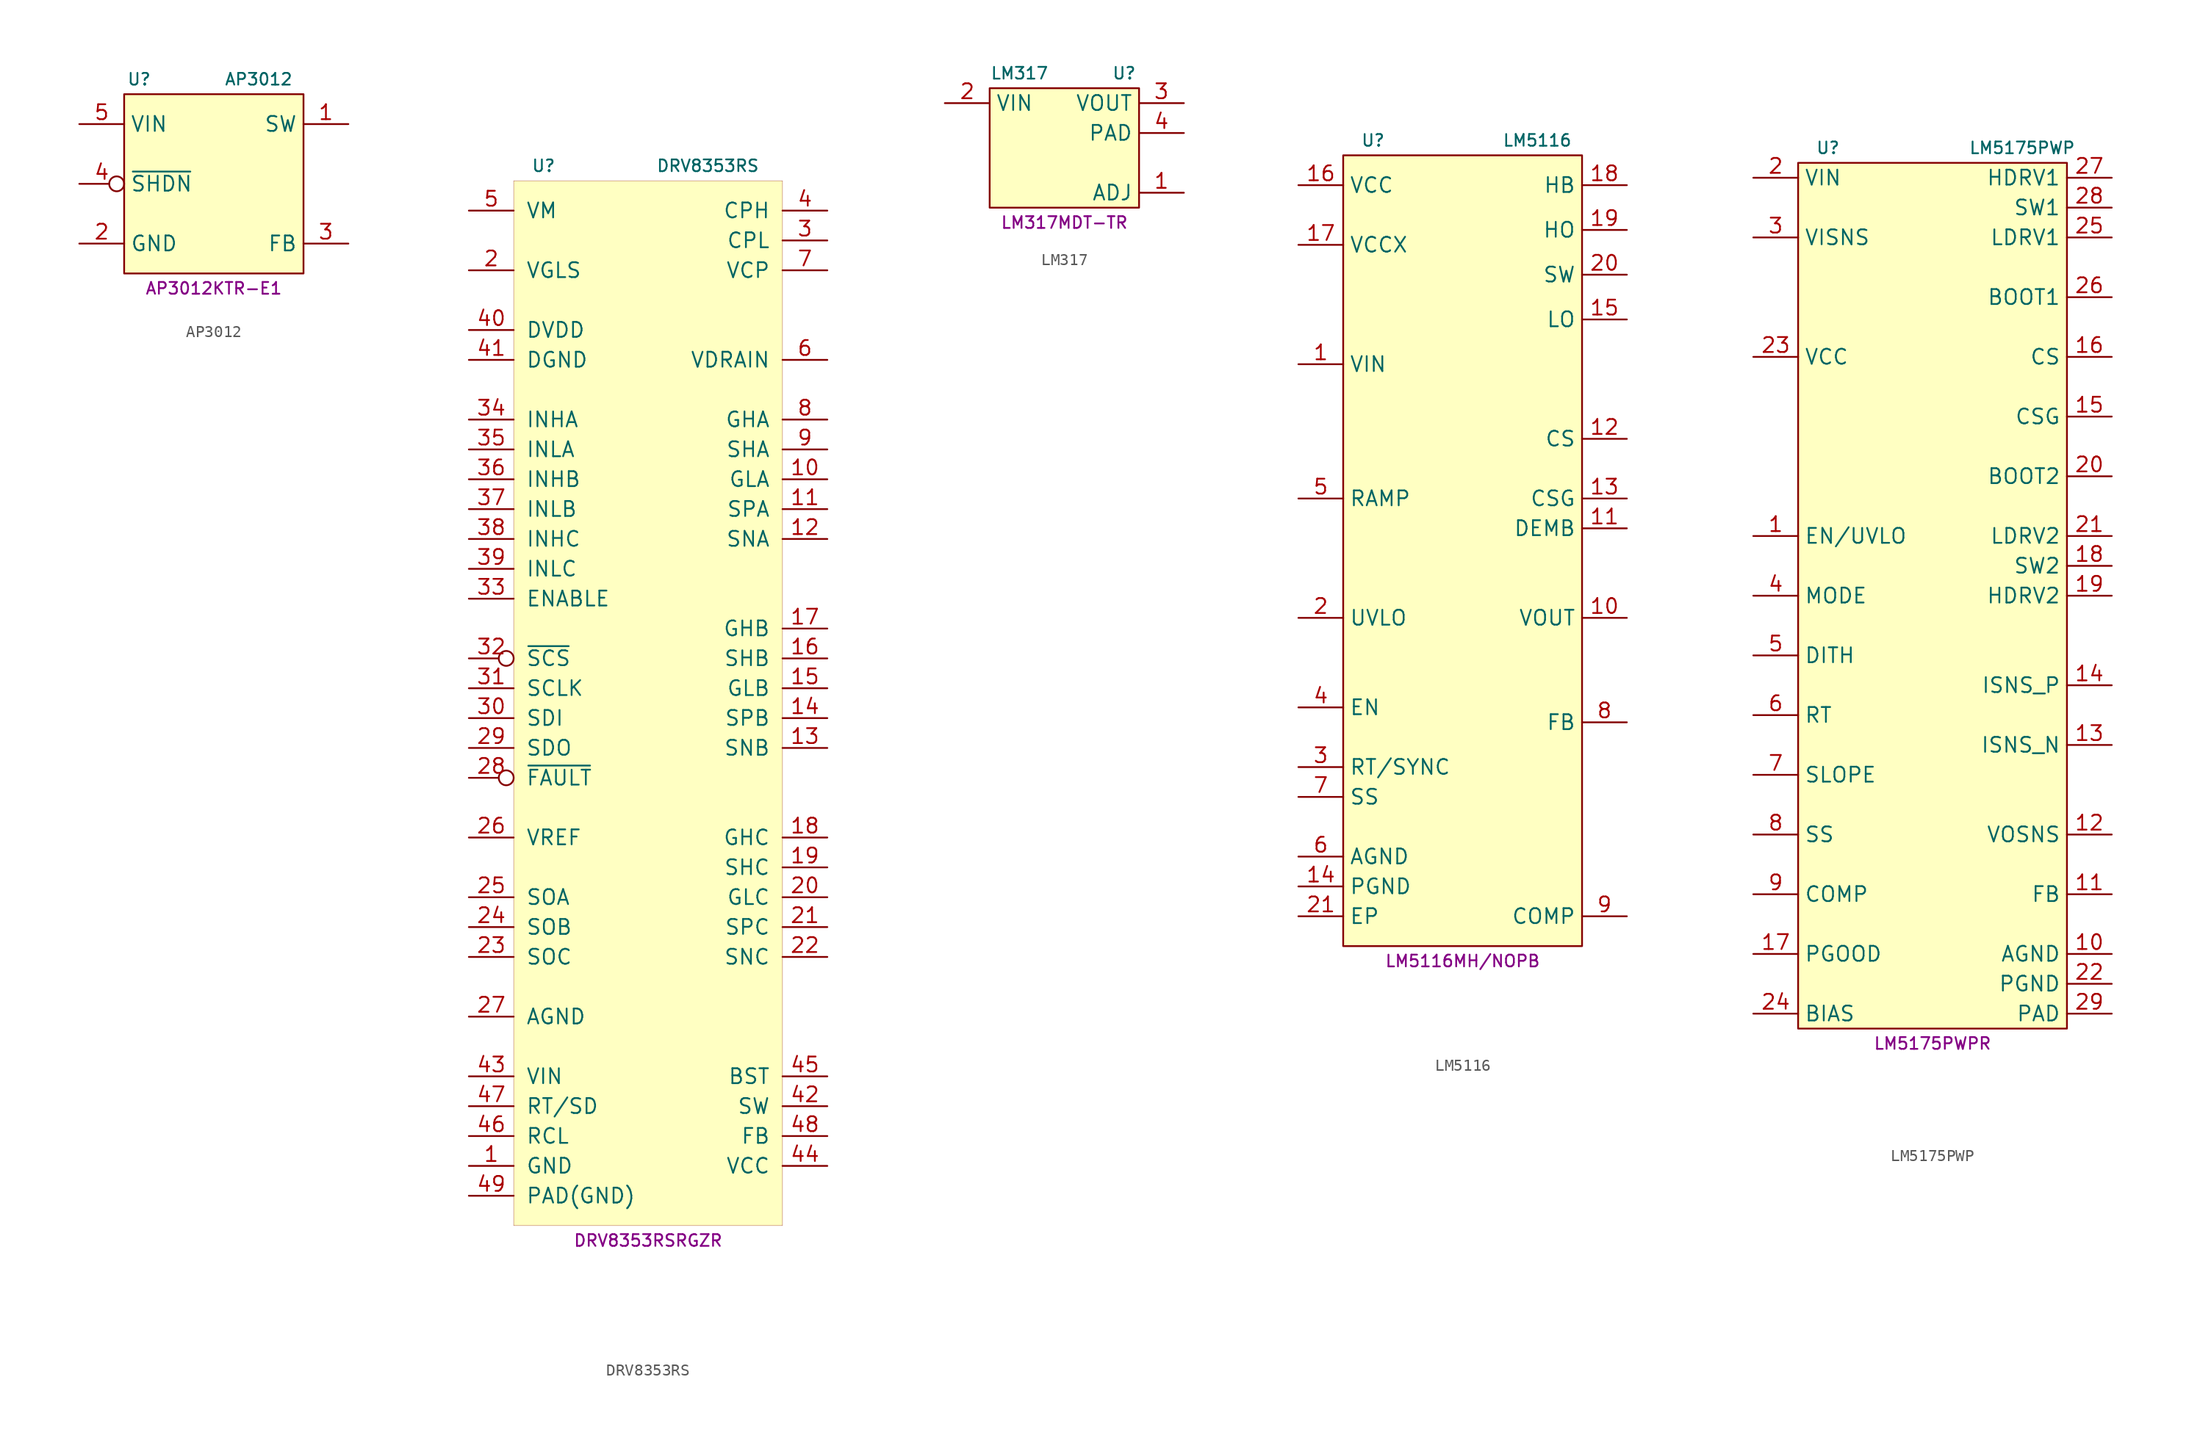
<source format=kicad_sym>
(kicad_symbol_lib
  (version 20231120)
  (generator "kicad_symbol_editor")
  (generator_version "8.0")
  (symbol "AP3012"
    (property "Reference" "U"
      (at -6.35 8.89 0)
      (effects (font (size 1 1))))
    (property "Value" "AP3012"
      (at 3.81 8.89 0)
      (effects (font (size 1 1))))
    (property "MPN" "AP3012KTR-E1"
      (at 0 -8.89 0)
      (effects (font (size 1 1))))
    (symbol "AP3012_0_1"
      (rectangle (start -7.62 7.62) (end 7.62 -7.62) (stroke (width 0.152) (type default)) (fill (type background))))
    (symbol "AP3012_1_1"
      (pin power_out line (at 11.43 5.08 180) (length 3.81) (name "SW" (effects (font (size 1.27 1.27)))) (number "1" (effects (font (size 1.27 1.27)))))
      (pin power_in line (at -11.43 -5.08 0) (length 3.81) (name "GND" (effects (font (size 1.27 1.27)))) (number "2" (effects (font (size 1.27 1.27)))))
      (pin input line (at 11.43 -5.08 180) (length 3.81) (name "FB" (effects (font (size 1.27 1.27)))) (number "3" (effects (font (size 1.27 1.27)))))
      (pin input inverted (at -11.43 0 0) (length 3.81) (name "~{SHDN}" (effects (font (size 1.27 1.27)))) (number "4" (effects (font (size 1.27 1.27)))))
      (pin power_in line (at -11.43 5.08 0) (length 3.81) (name "VIN" (effects (font (size 1.27 1.27)))) (number "5" (effects (font (size 1.27 1.27)))))))
  (symbol "DRV8353RS"
    (pin_names
      (offset 1.016))
    (property "Reference" "U"
      (at -8.89 46.99 0)
      (effects (font (size 1 1))))
    (property "Value" "DRV8353RS"
      (at 5.08 46.99 0)
      (effects (font (size 1 1))))
    (property "MPN" "DRV8353RSRGZR"
      (at 0 -44.45 0)
      (effects (font (size 1 1))))
    (symbol "DRV8353RS_0_1"
      (rectangle (start -11.43 45.72) (end 11.43 -43.18) (stroke (width 0.001) (type default)) (fill (type background))))
    (symbol "DRV8353RS_1_1"
      (pin power_in line (at -15.24 -38.1 0) (length 3.81) (name "GND" (effects (font (size 1.27 1.27)))) (number "1" (effects (font (size 1.27 1.27)))))
      (pin output line (at 15.24 20.32 180) (length 3.81) (name "GLA" (effects (font (size 1.27 1.27)))) (number "10" (effects (font (size 1.27 1.27)))))
      (pin input line (at 15.24 17.78 180) (length 3.81) (name "SPA" (effects (font (size 1.27 1.27)))) (number "11" (effects (font (size 1.27 1.27)))))
      (pin input line (at 15.24 15.24 180) (length 3.81) (name "SNA" (effects (font (size 1.27 1.27)))) (number "12" (effects (font (size 1.27 1.27)))))
      (pin input line (at 15.24 -2.54 180) (length 3.81) (name "SNB" (effects (font (size 1.27 1.27)))) (number "13" (effects (font (size 1.27 1.27)))))
      (pin input line (at 15.24 0 180) (length 3.81) (name "SPB" (effects (font (size 1.27 1.27)))) (number "14" (effects (font (size 1.27 1.27)))))
      (pin output line (at 15.24 2.54 180) (length 3.81) (name "GLB" (effects (font (size 1.27 1.27)))) (number "15" (effects (font (size 1.27 1.27)))))
      (pin input line (at 15.24 5.08 180) (length 3.81) (name "SHB" (effects (font (size 1.27 1.27)))) (number "16" (effects (font (size 1.27 1.27)))))
      (pin output line (at 15.24 7.62 180) (length 3.81) (name "GHB" (effects (font (size 1.27 1.27)))) (number "17" (effects (font (size 1.27 1.27)))))
      (pin output line (at 15.24 -10.16 180) (length 3.81) (name "GHC" (effects (font (size 1.27 1.27)))) (number "18" (effects (font (size 1.27 1.27)))))
      (pin input line (at 15.24 -12.7 180) (length 3.81) (name "SHC" (effects (font (size 1.27 1.27)))) (number "19" (effects (font (size 1.27 1.27)))))
      (pin power_out line (at -15.24 38.1 0) (length 3.81) (name "VGLS" (effects (font (size 1.27 1.27)))) (number "2" (effects (font (size 1.27 1.27)))))
      (pin output line (at 15.24 -15.24 180) (length 3.81) (name "GLC" (effects (font (size 1.27 1.27)))) (number "20" (effects (font (size 1.27 1.27)))))
      (pin input line (at 15.24 -17.78 180) (length 3.81) (name "SPC" (effects (font (size 1.27 1.27)))) (number "21" (effects (font (size 1.27 1.27)))))
      (pin input line (at 15.24 -20.32 180) (length 3.81) (name "SNC" (effects (font (size 1.27 1.27)))) (number "22" (effects (font (size 1.27 1.27)))))
      (pin output line (at -15.24 -20.32 0) (length 3.81) (name "SOC" (effects (font (size 1.27 1.27)))) (number "23" (effects (font (size 1.27 1.27)))))
      (pin output line (at -15.24 -17.78 0) (length 3.81) (name "SOB" (effects (font (size 1.27 1.27)))) (number "24" (effects (font (size 1.27 1.27)))))
      (pin output line (at -15.24 -15.24 0) (length 3.81) (name "SOA" (effects (font (size 1.27 1.27)))) (number "25" (effects (font (size 1.27 1.27)))))
      (pin power_in line (at -15.24 -10.16 0) (length 3.81) (name "VREF" (effects (font (size 1.27 1.27)))) (number "26" (effects (font (size 1.27 1.27)))))
      (pin power_in line (at -15.24 -25.4 0) (length 3.81) (name "AGND" (effects (font (size 1.27 1.27)))) (number "27" (effects (font (size 1.27 1.27)))))
      (pin open_collector inverted (at -15.24 -5.08 0) (length 3.81) (name "~{FAULT}" (effects (font (size 1.27 1.27)))) (number "28" (effects (font (size 1.27 1.27)))))
      (pin open_collector line (at -15.24 -2.54 0) (length 3.81) (name "SDO" (effects (font (size 1.27 1.27)))) (number "29" (effects (font (size 1.27 1.27)))))
      (pin power_out line (at 15.24 40.64 180) (length 3.81) (name "CPL" (effects (font (size 1.27 1.27)))) (number "3" (effects (font (size 1.27 1.27)))))
      (pin input line (at -15.24 0 0) (length 3.81) (name "SDI" (effects (font (size 1.27 1.27)))) (number "30" (effects (font (size 1.27 1.27)))))
      (pin input line (at -15.24 2.54 0) (length 3.81) (name "SCLK" (effects (font (size 1.27 1.27)))) (number "31" (effects (font (size 1.27 1.27)))))
      (pin input inverted (at -15.24 5.08 0) (length 3.81) (name "~{SCS}" (effects (font (size 1.27 1.27)))) (number "32" (effects (font (size 1.27 1.27)))))
      (pin input line (at -15.24 10.16 0) (length 3.81) (name "ENABLE" (effects (font (size 1.27 1.27)))) (number "33" (effects (font (size 1.27 1.27)))))
      (pin input line (at -15.24 25.4 0) (length 3.81) (name "INHA" (effects (font (size 1.27 1.27)))) (number "34" (effects (font (size 1.27 1.27)))))
      (pin input line (at -15.24 22.86 0) (length 3.81) (name "INLA" (effects (font (size 1.27 1.27)))) (number "35" (effects (font (size 1.27 1.27)))))
      (pin input line (at -15.24 20.32 0) (length 3.81) (name "INHB" (effects (font (size 1.27 1.27)))) (number "36" (effects (font (size 1.27 1.27)))))
      (pin input line (at -15.24 17.78 0) (length 3.81) (name "INLB" (effects (font (size 1.27 1.27)))) (number "37" (effects (font (size 1.27 1.27)))))
      (pin input line (at -15.24 15.24 0) (length 3.81) (name "INHC" (effects (font (size 1.27 1.27)))) (number "38" (effects (font (size 1.27 1.27)))))
      (pin input line (at -15.24 12.7 0) (length 3.81) (name "INLC" (effects (font (size 1.27 1.27)))) (number "39" (effects (font (size 1.27 1.27)))))
      (pin power_out line (at 15.24 43.18 180) (length 3.81) (name "CPH" (effects (font (size 1.27 1.27)))) (number "4" (effects (font (size 1.27 1.27)))))
      (pin power_out line (at -15.24 33.02 0) (length 3.81) (name "DVDD" (effects (font (size 1.27 1.27)))) (number "40" (effects (font (size 1.27 1.27)))))
      (pin power_in line (at -15.24 30.48 0) (length 3.81) (name "DGND" (effects (font (size 1.27 1.27)))) (number "41" (effects (font (size 1.27 1.27)))))
      (pin power_out line (at 15.24 -33.02 180) (length 3.81) (name "SW" (effects (font (size 1.27 1.27)))) (number "42" (effects (font (size 1.27 1.27)))))
      (pin power_in line (at -15.24 -30.48 0) (length 3.81) (name "VIN" (effects (font (size 1.27 1.27)))) (number "43" (effects (font (size 1.27 1.27)))))
      (pin power_out line (at 15.24 -38.1 180) (length 3.81) (name "VCC" (effects (font (size 1.27 1.27)))) (number "44" (effects (font (size 1.27 1.27)))))
      (pin passive line (at 15.24 -30.48 180) (length 3.81) (name "BST" (effects (font (size 1.27 1.27)))) (number "45" (effects (font (size 1.27 1.27)))))
      (pin passive line (at -15.24 -35.56 0) (length 3.81) (name "RCL" (effects (font (size 1.27 1.27)))) (number "46" (effects (font (size 1.27 1.27)))))
      (pin input line (at -15.24 -33.02 0) (length 3.81) (name "RT/SD" (effects (font (size 1.27 1.27)))) (number "47" (effects (font (size 1.27 1.27)))))
      (pin input line (at 15.24 -35.56 180) (length 3.81) (name "FB" (effects (font (size 1.27 1.27)))) (number "48" (effects (font (size 1.27 1.27)))))
      (pin power_in line (at -15.24 -40.64 0) (length 3.81) (name "PAD(GND)" (effects (font (size 1.27 1.27)))) (number "49" (effects (font (size 1.27 1.27)))))
      (pin power_in line (at -15.24 43.18 0) (length 3.81) (name "VM" (effects (font (size 1.27 1.27)))) (number "5" (effects (font (size 1.27 1.27)))))
      (pin input line (at 15.24 30.48 180) (length 3.81) (name "VDRAIN" (effects (font (size 1.27 1.27)))) (number "6" (effects (font (size 1.27 1.27)))))
      (pin power_out line (at 15.24 38.1 180) (length 3.81) (name "VCP" (effects (font (size 1.27 1.27)))) (number "7" (effects (font (size 1.27 1.27)))))
      (pin output line (at 15.24 25.4 180) (length 3.81) (name "GHA" (effects (font (size 1.27 1.27)))) (number "8" (effects (font (size 1.27 1.27)))))
      (pin input line (at 15.24 22.86 180) (length 3.81) (name "SHA" (effects (font (size 1.27 1.27)))) (number "9" (effects (font (size 1.27 1.27)))))))
  (symbol "LM317"
    (property "Reference" "U"
      (at 5.08 6.35 0)
      (effects (font (size 1 1))))
    (property "Value" "LM317"
      (at -3.81 6.35 0)
      (effects (font (size 1 1))))
    (property "MPN" "LM317MDT-TR"
      (at 0 -6.35 0)
      (effects (font (size 1 1))))
    (symbol "LM317_1_1"
      (rectangle (start -6.35 5.08) (end 6.35 -5.08) (stroke (width 0) (type default)) (fill (type background)))
      (pin input line (at 10.16 -3.81 180) (length 3.81) (name "ADJ" (effects (font (size 1.27 1.27)))) (number "1" (effects (font (size 1.27 1.27)))))
      (pin power_in line (at -10.16 3.81 0) (length 3.81) (name "VIN" (effects (font (size 1.27 1.27)))) (number "2" (effects (font (size 1.27 1.27)))))
      (pin power_out line (at 10.16 3.81 180) (length 3.81) (name "VOUT" (effects (font (size 1.27 1.27)))) (number "3" (effects (font (size 1.27 1.27)))))
      (pin power_out line (at 10.16 1.27 180) (length 3.81) (name "PAD" (effects (font (size 1.27 1.27)))) (number "4" (effects (font (size 1.27 1.27)))))))
  (symbol "LM5116"
    (property "Reference" "U"
      (at -7.62 35.56 0)
      (effects (font (size 1 1))))
    (property "Value" "LM5116"
      (at 6.35 35.56 0)
      (effects (font (size 1 1))))
    (property "MPN" "LM5116MH/NOPB"
      (at 0 -34.29 0)
      (effects (font (size 1 1))))
    (symbol "LM5116_0_1"
      (rectangle (start -10.16 34.29) (end 10.16 -33.02) (stroke (width 0.152) (type default)) (fill (type background))))
    (symbol "LM5116_1_1"
      (pin power_in line (at -13.97 16.51 0) (length 3.81) (name "VIN" (effects (font (size 1.27 1.27)))) (number "1" (effects (font (size 1.27 1.27)))))
      (pin input line (at 13.97 -5.08 180) (length 3.81) (name "VOUT" (effects (font (size 1.27 1.27)))) (number "10" (effects (font (size 1.27 1.27)))))
      (pin input line (at 13.97 2.54 180) (length 3.81) (name "DEMB" (effects (font (size 1.27 1.27)))) (number "11" (effects (font (size 1.27 1.27)))))
      (pin input line (at 13.97 10.16 180) (length 3.81) (name "CS" (effects (font (size 1.27 1.27)))) (number "12" (effects (font (size 1.27 1.27)))))
      (pin input line (at 13.97 5.08 180) (length 3.81) (name "CSG" (effects (font (size 1.27 1.27)))) (number "13" (effects (font (size 1.27 1.27)))))
      (pin power_in line (at -13.97 -27.94 0) (length 3.81) (name "PGND" (effects (font (size 1.27 1.27)))) (number "14" (effects (font (size 1.27 1.27)))))
      (pin output line (at 13.97 20.32 180) (length 3.81) (name "LO" (effects (font (size 1.27 1.27)))) (number "15" (effects (font (size 1.27 1.27)))))
      (pin power_in line (at -13.97 31.75 0) (length 3.81) (name "VCC" (effects (font (size 1.27 1.27)))) (number "16" (effects (font (size 1.27 1.27)))))
      (pin power_in line (at -13.97 26.67 0) (length 3.81) (name "VCCX" (effects (font (size 1.27 1.27)))) (number "17" (effects (font (size 1.27 1.27)))))
      (pin power_out line (at 13.97 31.75 180) (length 3.81) (name "HB" (effects (font (size 1.27 1.27)))) (number "18" (effects (font (size 1.27 1.27)))))
      (pin output line (at 13.97 27.94 180) (length 3.81) (name "HO" (effects (font (size 1.27 1.27)))) (number "19" (effects (font (size 1.27 1.27)))))
      (pin input line (at -13.97 -5.08 0) (length 3.81) (name "UVLO" (effects (font (size 1.27 1.27)))) (number "2" (effects (font (size 1.27 1.27)))))
      (pin output line (at 13.97 24.13 180) (length 3.81) (name "SW" (effects (font (size 1.27 1.27)))) (number "20" (effects (font (size 1.27 1.27)))))
      (pin power_in line (at -13.97 -30.48 0) (length 3.81) (name "EP" (effects (font (size 1.27 1.27)))) (number "21" (effects (font (size 1.27 1.27)))))
      (pin input line (at -13.97 -17.78 0) (length 3.81) (name "RT/SYNC" (effects (font (size 1.27 1.27)))) (number "3" (effects (font (size 1.27 1.27)))))
      (pin input line (at -13.97 -12.7 0) (length 3.81) (name "EN" (effects (font (size 1.27 1.27)))) (number "4" (effects (font (size 1.27 1.27)))))
      (pin passive line (at -13.97 5.08 0) (length 3.81) (name "RAMP" (effects (font (size 1.27 1.27)))) (number "5" (effects (font (size 1.27 1.27)))))
      (pin power_in line (at -13.97 -25.4 0) (length 3.81) (name "AGND" (effects (font (size 1.27 1.27)))) (number "6" (effects (font (size 1.27 1.27)))))
      (pin passive line (at -13.97 -20.32 0) (length 3.81) (name "SS" (effects (font (size 1.27 1.27)))) (number "7" (effects (font (size 1.27 1.27)))))
      (pin passive line (at 13.97 -13.97 180) (length 3.81) (name "FB" (effects (font (size 1.27 1.27)))) (number "8" (effects (font (size 1.27 1.27)))))
      (pin passive line (at 13.97 -30.48 180) (length 3.81) (name "COMP" (effects (font (size 1.27 1.27)))) (number "9" (effects (font (size 1.27 1.27)))))))
  (symbol "LM5175PWP"
    (property "Reference" "U"
      (at -8.89 30.48 0)
      (effects (font (size 1 1))))
    (property "Value" "LM5175PWP"
      (at 7.62 30.48 0)
      (effects (font (size 1 1))))
    (property "MPN" "LM5175PWPR"
      (at 0 -45.72 0)
      (effects (font (size 1 1))))
    (symbol "LM5175PWP_0_1"
      (rectangle (start -11.43 29.21) (end 11.43 -44.45) (stroke (width 0) (type default)) (fill (type background))))
    (symbol "LM5175PWP_1_1"
      (pin input line (at -15.24 -2.54 0) (length 3.81) (name "EN/UVLO" (effects (font (size 1.27 1.27)))) (number "1" (effects (font (size 1.27 1.27)))))
      (pin power_in line (at 15.24 -38.1 180) (length 3.81) (name "AGND" (effects (font (size 1.27 1.27)))) (number "10" (effects (font (size 1.27 1.27)))))
      (pin passive line (at 15.24 -33.02 180) (length 3.81) (name "FB" (effects (font (size 1.27 1.27)))) (number "11" (effects (font (size 1.27 1.27)))))
      (pin passive line (at 15.24 -27.94 180) (length 3.81) (name "VOSNS" (effects (font (size 1.27 1.27)))) (number "12" (effects (font (size 1.27 1.27)))))
      (pin passive line (at 15.24 -20.32 180) (length 3.81) (name "ISNS_N" (effects (font (size 1.27 1.27)))) (number "13" (effects (font (size 1.27 1.27)))))
      (pin passive line (at 15.24 -15.24 180) (length 3.81) (name "ISNS_P" (effects (font (size 1.27 1.27)))) (number "14" (effects (font (size 1.27 1.27)))))
      (pin passive line (at 15.24 7.62 180) (length 3.81) (name "CSG" (effects (font (size 1.27 1.27)))) (number "15" (effects (font (size 1.27 1.27)))))
      (pin passive line (at 15.24 12.7 180) (length 3.81) (name "CS" (effects (font (size 1.27 1.27)))) (number "16" (effects (font (size 1.27 1.27)))))
      (pin open_collector line (at -15.24 -38.1 0) (length 3.81) (name "PGOOD" (effects (font (size 1.27 1.27)))) (number "17" (effects (font (size 1.27 1.27)))))
      (pin passive line (at 15.24 -5.08 180) (length 3.81) (name "SW2" (effects (font (size 1.27 1.27)))) (number "18" (effects (font (size 1.27 1.27)))))
      (pin power_out line (at 15.24 -7.62 180) (length 3.81) (name "HDRV2" (effects (font (size 1.27 1.27)))) (number "19" (effects (font (size 1.27 1.27)))))
      (pin power_in line (at -15.24 27.94 0) (length 3.81) (name "VIN" (effects (font (size 1.27 1.27)))) (number "2" (effects (font (size 1.27 1.27)))))
      (pin passive line (at 15.24 2.54 180) (length 3.81) (name "BOOT2" (effects (font (size 1.27 1.27)))) (number "20" (effects (font (size 1.27 1.27)))))
      (pin power_out line (at 15.24 -2.54 180) (length 3.81) (name "LDRV2" (effects (font (size 1.27 1.27)))) (number "21" (effects (font (size 1.27 1.27)))))
      (pin power_out line (at 15.24 -40.64 180) (length 3.81) (name "PGND" (effects (font (size 1.27 1.27)))) (number "22" (effects (font (size 1.27 1.27)))))
      (pin power_in line (at -15.24 12.7 0) (length 3.81) (name "VCC" (effects (font (size 1.27 1.27)))) (number "23" (effects (font (size 1.27 1.27)))))
      (pin passive line (at -15.24 -43.18 0) (length 3.81) (name "BIAS" (effects (font (size 1.27 1.27)))) (number "24" (effects (font (size 1.27 1.27)))))
      (pin power_out line (at 15.24 22.86 180) (length 3.81) (name "LDRV1" (effects (font (size 1.27 1.27)))) (number "25" (effects (font (size 1.27 1.27)))))
      (pin passive line (at 15.24 17.78 180) (length 3.81) (name "BOOT1" (effects (font (size 1.27 1.27)))) (number "26" (effects (font (size 1.27 1.27)))))
      (pin power_out line (at 15.24 27.94 180) (length 3.81) (name "HDRV1" (effects (font (size 1.27 1.27)))) (number "27" (effects (font (size 1.27 1.27)))))
      (pin passive line (at 15.24 25.4 180) (length 3.81) (name "SW1" (effects (font (size 1.27 1.27)))) (number "28" (effects (font (size 1.27 1.27)))))
      (pin passive line (at 15.24 -43.18 180) (length 3.81) (name "PAD" (effects (font (size 1.27 1.27)))) (number "29" (effects (font (size 1.27 1.27)))))
      (pin passive line (at -15.24 22.86 0) (length 3.81) (name "VISNS" (effects (font (size 1.27 1.27)))) (number "3" (effects (font (size 1.27 1.27)))))
      (pin input line (at -15.24 -7.62 0) (length 3.81) (name "MODE" (effects (font (size 1.27 1.27)))) (number "4" (effects (font (size 1.27 1.27)))))
      (pin passive line (at -15.24 -12.7 0) (length 3.81) (name "DITH" (effects (font (size 1.27 1.27)))) (number "5" (effects (font (size 1.27 1.27)))))
      (pin passive line (at -15.24 -17.78 0) (length 3.81) (name "RT" (effects (font (size 1.27 1.27)))) (number "6" (effects (font (size 1.27 1.27)))))
      (pin passive line (at -15.24 -22.86 0) (length 3.81) (name "SLOPE" (effects (font (size 1.27 1.27)))) (number "7" (effects (font (size 1.27 1.27)))))
      (pin passive line (at -15.24 -27.94 0) (length 3.81) (name "SS" (effects (font (size 1.27 1.27)))) (number "8" (effects (font (size 1.27 1.27)))))
      (pin passive line (at -15.24 -33.02 0) (length 3.81) (name "COMP" (effects (font (size 1.27 1.27)))) (number "9" (effects (font (size 1.27 1.27))))))))
</source>
